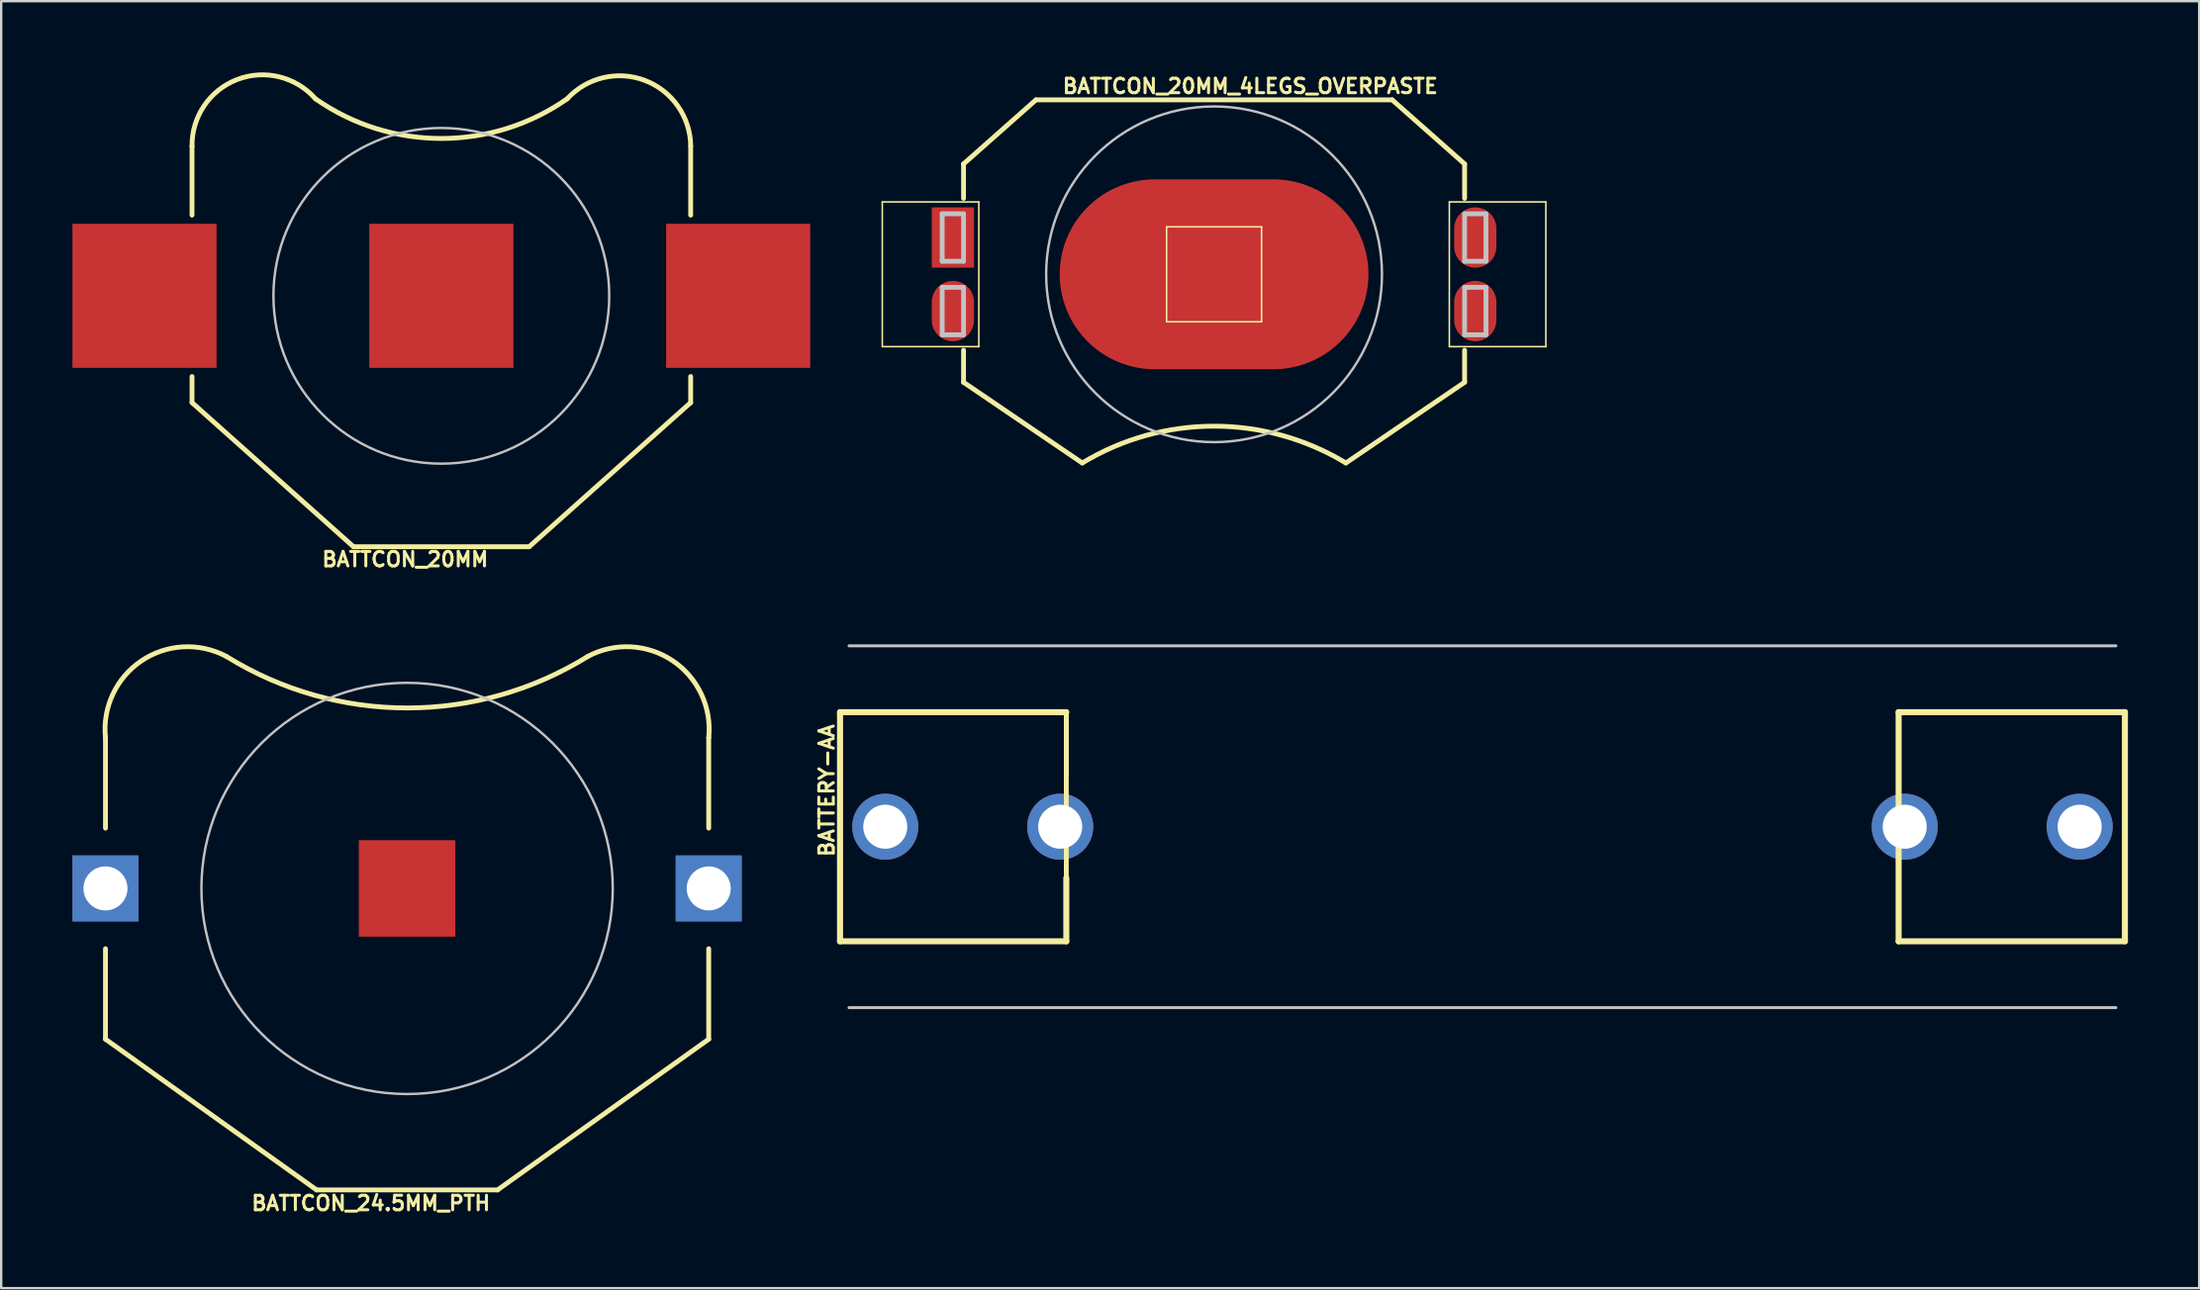
<source format=kicad_pcb>
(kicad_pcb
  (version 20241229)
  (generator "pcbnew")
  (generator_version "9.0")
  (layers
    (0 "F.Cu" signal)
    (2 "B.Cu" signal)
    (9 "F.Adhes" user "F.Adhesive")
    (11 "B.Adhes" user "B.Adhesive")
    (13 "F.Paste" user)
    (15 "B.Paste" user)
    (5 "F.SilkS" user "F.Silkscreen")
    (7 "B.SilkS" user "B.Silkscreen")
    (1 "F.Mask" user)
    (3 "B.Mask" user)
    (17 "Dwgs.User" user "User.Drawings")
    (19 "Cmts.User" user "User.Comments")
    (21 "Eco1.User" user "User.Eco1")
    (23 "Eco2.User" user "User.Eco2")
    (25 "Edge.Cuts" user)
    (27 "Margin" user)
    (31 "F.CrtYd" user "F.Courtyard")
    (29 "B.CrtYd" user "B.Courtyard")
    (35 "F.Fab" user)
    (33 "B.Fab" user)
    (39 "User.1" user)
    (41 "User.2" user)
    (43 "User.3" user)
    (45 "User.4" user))
  (footprint "BATTCON_24.5MM_PTH"
    (layer "F.Cu")
    (at 14.091 34.373)
    (property "Reference" "BATTCON_24.5MM_PTH" (at -1.524 13.259 180) (layer "F.SilkS") (effects (font (size 0.61 0.61) (thickness 0.127))))
    (attr smd)
    (fp_line (start -12.7 -6.35) (end -12.7 -2.54) (stroke (width 0.203) (type solid)) (layer "F.SilkS"))
    (fp_line (start -12.7 6.35) (end -12.7 2.54) (stroke (width 0.203) (type solid)) (layer "F.SilkS"))
    (fp_line (start -3.81 12.7) (end -12.7 6.35) (stroke (width 0.203) (type solid)) (layer "F.SilkS"))
    (fp_line (start -3.81 12.7) (end 3.81 12.7) (stroke (width 0.203) (type solid)) (layer "F.SilkS"))
    (fp_line (start 3.81 12.7) (end 12.7 6.35) (stroke (width 0.203) (type solid)) (layer "F.SilkS"))
    (fp_line (start 12.7 -6.35) (end 12.7 -2.54) (stroke (width 0.203) (type solid)) (layer "F.SilkS"))
    (fp_line (start 12.7 6.35) (end 12.7 2.54) (stroke (width 0.203) (type solid)) (layer "F.SilkS"))
    (fp_arc (start -12.7 -6.35) (mid -11.187518 -9.585872) (end -7.620839 -9.778918) (stroke (width 0.2032) (type solid)) (layer "F.SilkS"))
    (fp_arc (start 7.62 -9.779) (mid 0.010843 -7.601697) (end -7.601579 -9.767556) (stroke (width 0.2032) (type solid)) (layer "F.SilkS"))
    (fp_arc (start 7.62 -9.779) (mid 11.187195 -9.586651) (end 12.700534 -6.350653) (stroke (width 0.2032) (type solid)) (layer "F.SilkS"))
    (fp_circle (center 0 0) (end -6.124 6.124) (stroke (width 0.102) (type solid)) (fill no) (layer "Dwgs.User"))
    (pad "1" thru_hole rect (at -12.7 0) (size 2.781 2.781) (drill 1.854) (layers "*.Cu" "*.Paste" "*.Mask"))
    (pad "2" smd rect (at 0 0) (size 4.064 4.064) (layers "F.Cu" "F.Mask" "F.Paste"))
    (pad "3" thru_hole rect (at 12.7 0) (size 2.781 2.781) (drill 1.854) (layers "*.Cu" "*.Paste" "*.Mask")))
  (footprint "BATTCON_20MM"
    (layer "F.Cu")
    (at 15.533 9.411)
    (property "Reference" "BATTCON_20MM" (at -1.524 11.1 180) (layer "F.SilkS") (effects (font (size 0.61 0.61) (thickness 0.127))))
    (attr smd)
    (fp_line (start -10.498 -6.299) (end -10.498 -3.399) (stroke (width 0.203) (type solid)) (layer "F.SilkS"))
    (fp_line (start -10.498 4.498) (end -10.498 3.399) (stroke (width 0.203) (type solid)) (layer "F.SilkS"))
    (fp_line (start -3.698 10.569) (end -10.498 4.498) (stroke (width 0.203) (type solid)) (layer "F.SilkS"))
    (fp_line (start -3.698 10.569) (end 3.698 10.569) (stroke (width 0.203) (type solid)) (layer "F.SilkS"))
    (fp_line (start 3.698 10.569) (end 10.498 4.498) (stroke (width 0.203) (type solid)) (layer "F.SilkS"))
    (fp_line (start 10.498 -6.299) (end 10.498 -3.399) (stroke (width 0.203) (type solid)) (layer "F.SilkS"))
    (fp_line (start 10.498 4.498) (end 10.498 3.399) (stroke (width 0.203) (type solid)) (layer "F.SilkS"))
    (fp_arc (start -10.49782 -6.2992) (mid -8.596027 -9.111716) (end -5.299815 -8.298053) (stroke (width 0.2032) (type solid)) (layer "F.SilkS"))
    (fp_arc (start 5.29844 -8.29818) (mid 0.006776 -6.627996) (end -5.287332 -8.290416) (stroke (width 0.2032) (type solid)) (layer "F.SilkS"))
    (fp_arc (start 5.29844 -8.29818) (mid 8.577815 -9.070348) (end 10.500564 -6.303837) (stroke (width 0.2032) (type solid)) (layer "F.SilkS"))
    (fp_circle (center 0 0) (end -4.999 4.999) (stroke (width 0.102) (type solid)) (fill no) (layer "Dwgs.User"))
    (pad "1" smd rect (at -12.499 0) (size 6.068 6.068) (layers "F.Cu" "F.Mask" "F.Paste"))
    (pad "2" smd rect (at 0 0) (size 6.068 6.068) (layers "F.Cu" "F.Mask" "F.Paste"))
    (pad "3" smd rect (at 12.499 0) (size 6.068 6.068) (layers "F.Cu" "F.Mask" "F.Paste")))
  (footprint "BATTCON_20MM_4LEGS_OVERPASTE"
    (layer "F.Cu")
    (at 48.07 8.504)
    (property "Reference" "BATTCON_20MM_4LEGS_OVERPASTE" (at 1.524 -7.925 0) (layer "F.SilkS") (effects (font (size 0.61 0.61) (thickness 0.127))))
    (attr smd)
    (fp_line (start -13.97 -3.048) (end -9.906 -3.048) (stroke (width 0.066) (type solid)) (layer "F.SilkS"))
    (fp_line (start -13.97 3.048) (end -13.97 -3.048) (stroke (width 0.066) (type solid)) (layer "F.SilkS"))
    (fp_line (start -13.97 3.048) (end -9.906 3.048) (stroke (width 0.066) (type solid)) (layer "F.SilkS"))
    (fp_line (start -10.549 -3.198) (end -10.549 -4.648) (stroke (width 0.203) (type solid)) (layer "F.SilkS"))
    (fp_line (start -10.549 4.549) (end -10.549 3.198) (stroke (width 0.203) (type solid)) (layer "F.SilkS"))
    (fp_line (start -9.906 3.048) (end -9.906 -3.048) (stroke (width 0.066) (type solid)) (layer "F.SilkS"))
    (fp_line (start -7.498 -7.348) (end -10.549 -4.648) (stroke (width 0.203) (type solid)) (layer "F.SilkS"))
    (fp_line (start -7.498 -7.348) (end 7.498 -7.348) (stroke (width 0.203) (type solid)) (layer "F.SilkS"))
    (fp_line (start -5.55 7.948) (end -10.549 4.549) (stroke (width 0.203) (type solid)) (layer "F.SilkS"))
    (fp_line (start -1.999 -1.999) (end 1.999 -1.999) (stroke (width 0.066) (type solid)) (layer "F.SilkS"))
    (fp_line (start -1.999 1.999) (end -1.999 -1.999) (stroke (width 0.066) (type solid)) (layer "F.SilkS"))
    (fp_line (start -1.999 1.999) (end 1.999 1.999) (stroke (width 0.066) (type solid)) (layer "F.SilkS"))
    (fp_line (start 1.999 1.999) (end 1.999 -1.999) (stroke (width 0.066) (type solid)) (layer "F.SilkS"))
    (fp_line (start 7.498 -7.348) (end 10.549 -4.648) (stroke (width 0.203) (type solid)) (layer "F.SilkS"))
    (fp_line (start 9.906 -3.048) (end 13.97 -3.048) (stroke (width 0.066) (type solid)) (layer "F.SilkS"))
    (fp_line (start 9.906 3.048) (end 9.906 -3.048) (stroke (width 0.066) (type solid)) (layer "F.SilkS"))
    (fp_line (start 9.906 3.048) (end 13.97 3.048) (stroke (width 0.066) (type solid)) (layer "F.SilkS"))
    (fp_line (start 10.549 -4.648) (end 10.549 -3.198) (stroke (width 0.203) (type solid)) (layer "F.SilkS"))
    (fp_line (start 10.549 4.549) (end 5.55 7.948) (stroke (width 0.203) (type solid)) (layer "F.SilkS"))
    (fp_line (start 10.549 4.549) (end 10.549 3.198) (stroke (width 0.203) (type solid)) (layer "F.SilkS"))
    (fp_line (start 13.97 3.048) (end 13.97 -3.048) (stroke (width 0.066) (type solid)) (layer "F.SilkS"))
    (fp_arc (start -5.5499 7.94766) (mid -0.001137 6.397783) (end 5.547956 7.946482) (stroke (width 0.2032) (type solid)) (layer "F.SilkS"))
    (fp_line (start -11.448 -2.548) (end -10.549 -2.548) (stroke (width 0.203) (type solid)) (layer "Dwgs.User"))
    (fp_line (start -11.448 -0.549) (end -11.448 -2.548) (stroke (width 0.203) (type solid)) (layer "Dwgs.User"))
    (fp_line (start -11.448 0.549) (end -10.549 0.549) (stroke (width 0.203) (type solid)) (layer "Dwgs.User"))
    (fp_line (start -11.448 2.548) (end -11.448 0.549) (stroke (width 0.203) (type solid)) (layer "Dwgs.User"))
    (fp_line (start -10.549 -2.548) (end -10.549 -0.549) (stroke (width 0.203) (type solid)) (layer "Dwgs.User"))
    (fp_line (start -10.549 -0.549) (end -11.448 -0.549) (stroke (width 0.203) (type solid)) (layer "Dwgs.User"))
    (fp_line (start -10.549 0.549) (end -10.549 2.548) (stroke (width 0.203) (type solid)) (layer "Dwgs.User"))
    (fp_line (start -10.549 2.548) (end -11.448 2.548) (stroke (width 0.203) (type solid)) (layer "Dwgs.User"))
    (fp_line (start 10.549 -2.548) (end 10.549 -0.549) (stroke (width 0.203) (type solid)) (layer "Dwgs.User"))
    (fp_line (start 10.549 -2.548) (end 11.448 -2.548) (stroke (width 0.203) (type solid)) (layer "Dwgs.User"))
    (fp_line (start 10.549 0.549) (end 10.549 2.548) (stroke (width 0.203) (type solid)) (layer "Dwgs.User"))
    (fp_line (start 10.549 0.549) (end 11.448 0.549) (stroke (width 0.203) (type solid)) (layer "Dwgs.User"))
    (fp_line (start 11.448 -2.548) (end 11.448 -0.549) (stroke (width 0.203) (type solid)) (layer "Dwgs.User"))
    (fp_line (start 11.448 -0.549) (end 10.549 -0.549) (stroke (width 0.203) (type solid)) (layer "Dwgs.User"))
    (fp_line (start 11.448 0.549) (end 11.448 2.548) (stroke (width 0.203) (type solid)) (layer "Dwgs.User"))
    (fp_line (start 11.448 2.548) (end 10.549 2.548) (stroke (width 0.203) (type solid)) (layer "Dwgs.User"))
    (fp_circle (center 0 0) (end -4.999 4.999) (stroke (width 0.102) (type solid)) (fill no) (layer "Dwgs.User"))
    (pad "1" smd rect (at -10.998 -1.549 90) (size 2.54 1.778) (layers "F.Cu" "F.Mask" "F.Paste"))
    (pad "2" smd oval (at 0 0) (size 13 7.998) (layers "F.Cu" "F.Mask" "F.Paste"))
    (pad "3" smd oval (at 10.998 -1.549 90) (size 2.54 1.778) (layers "F.Cu" "F.Mask" "F.Paste"))
    (pad "P$1" smd oval (at -10.998 1.549 90) (size 2.54 1.778) (layers "F.Cu" "F.Mask" "F.Paste"))
    (pad "P$2" smd oval (at 10.998 1.549 90) (size 2.54 1.778) (layers "F.Cu" "F.Mask" "F.Paste")))
  (footprint "BATTERY-AA"
    (layer "F.Cu")
    (at 59.371 31.774)
    (property "Reference" "BATTERY-AA" (at -27.61 -1.524 90) (layer "F.SilkS") (effects (font (size 0.61 0.61) (thickness 0.127))))
    (attr exclude_from_pos_files exclude_from_bom)
    (fp_line (start -27.051 -4.826) (end -17.523 -4.826) (stroke (width 0.203) (type solid)) (layer "F.SilkS"))
    (fp_line (start -27.051 -4.826) (end -17.523 -4.826) (stroke (width 0.254) (type solid)) (layer "F.SilkS"))
    (fp_line (start -27.051 4.826) (end -27.051 -4.826) (stroke (width 0.203) (type solid)) (layer "F.SilkS"))
    (fp_line (start -27.051 4.826) (end -27.051 -4.826) (stroke (width 0.254) (type solid)) (layer "F.SilkS"))
    (fp_line (start -17.523 -4.826) (end -17.523 -2.159) (stroke (width 0.203) (type solid)) (layer "F.SilkS"))
    (fp_line (start -17.523 -4.826) (end -17.523 4.826) (stroke (width 0.203) (type solid)) (layer "F.SilkS"))
    (fp_line (start -17.523 2.159) (end -17.523 4.826) (stroke (width 0.254) (type solid)) (layer "F.SilkS"))
    (fp_line (start -17.523 4.826) (end -27.051 4.826) (stroke (width 0.203) (type solid)) (layer "F.SilkS"))
    (fp_line (start -17.523 4.826) (end -27.051 4.826) (stroke (width 0.254) (type solid)) (layer "F.SilkS"))
    (fp_line (start 17.523 -4.826) (end 17.523 -2.159) (stroke (width 0.203) (type solid)) (layer "F.SilkS"))
    (fp_line (start 17.523 -4.826) (end 27.051 -4.826) (stroke (width 0.254) (type solid)) (layer "F.SilkS"))
    (fp_line (start 17.523 2.159) (end 17.523 4.826) (stroke (width 0.203) (type solid)) (layer "F.SilkS"))
    (fp_line (start 17.523 4.826) (end 17.523 -4.826) (stroke (width 0.254) (type solid)) (layer "F.SilkS"))
    (fp_line (start 17.523 4.826) (end 27.051 4.826) (stroke (width 0.203) (type solid)) (layer "F.SilkS"))
    (fp_line (start 27.051 -4.826) (end 17.523 -4.826) (stroke (width 0.203) (type solid)) (layer "F.SilkS"))
    (fp_line (start 27.051 -4.826) (end 27.051 4.826) (stroke (width 0.254) (type solid)) (layer "F.SilkS"))
    (fp_line (start 27.051 4.826) (end 17.523 4.826) (stroke (width 0.254) (type solid)) (layer "F.SilkS"))
    (fp_line (start 27.051 4.826) (end 27.051 -4.826) (stroke (width 0.203) (type solid)) (layer "F.SilkS"))
    (fp_line (start -26.67 -7.62) (end 26.67 -7.62) (stroke (width 0.127) (type solid)) (layer "Dwgs.User"))
    (fp_line (start 26.67 7.62) (end -26.67 7.62) (stroke (width 0.127) (type solid)) (layer "Dwgs.User"))
    (pad "GND@" thru_hole circle (at 17.78 0) (size 2.781 2.781) (drill 1.854) (layers "*.Cu" "*.Paste" "*.Mask"))
    (pad "GND@" thru_hole circle (at 25.146 0) (size 2.781 2.781) (drill 1.854) (layers "*.Cu" "*.Paste" "*.Mask"))
    (pad "PWR@" thru_hole circle (at -25.146 0) (size 2.781 2.781) (drill 1.854) (layers "*.Cu" "*.Paste" "*.Mask"))
    (pad "PWR@" thru_hole circle (at -17.78 0) (size 2.781 2.781) (drill 1.854) (layers "*.Cu" "*.Paste" "*.Mask")))
  (gr_rect
    (start -3 -3)
    (end 89.549 51.211)
    (stroke (width 0.1) (type default))
    (fill no)
    (layer "Edge.Cuts")))
</source>
